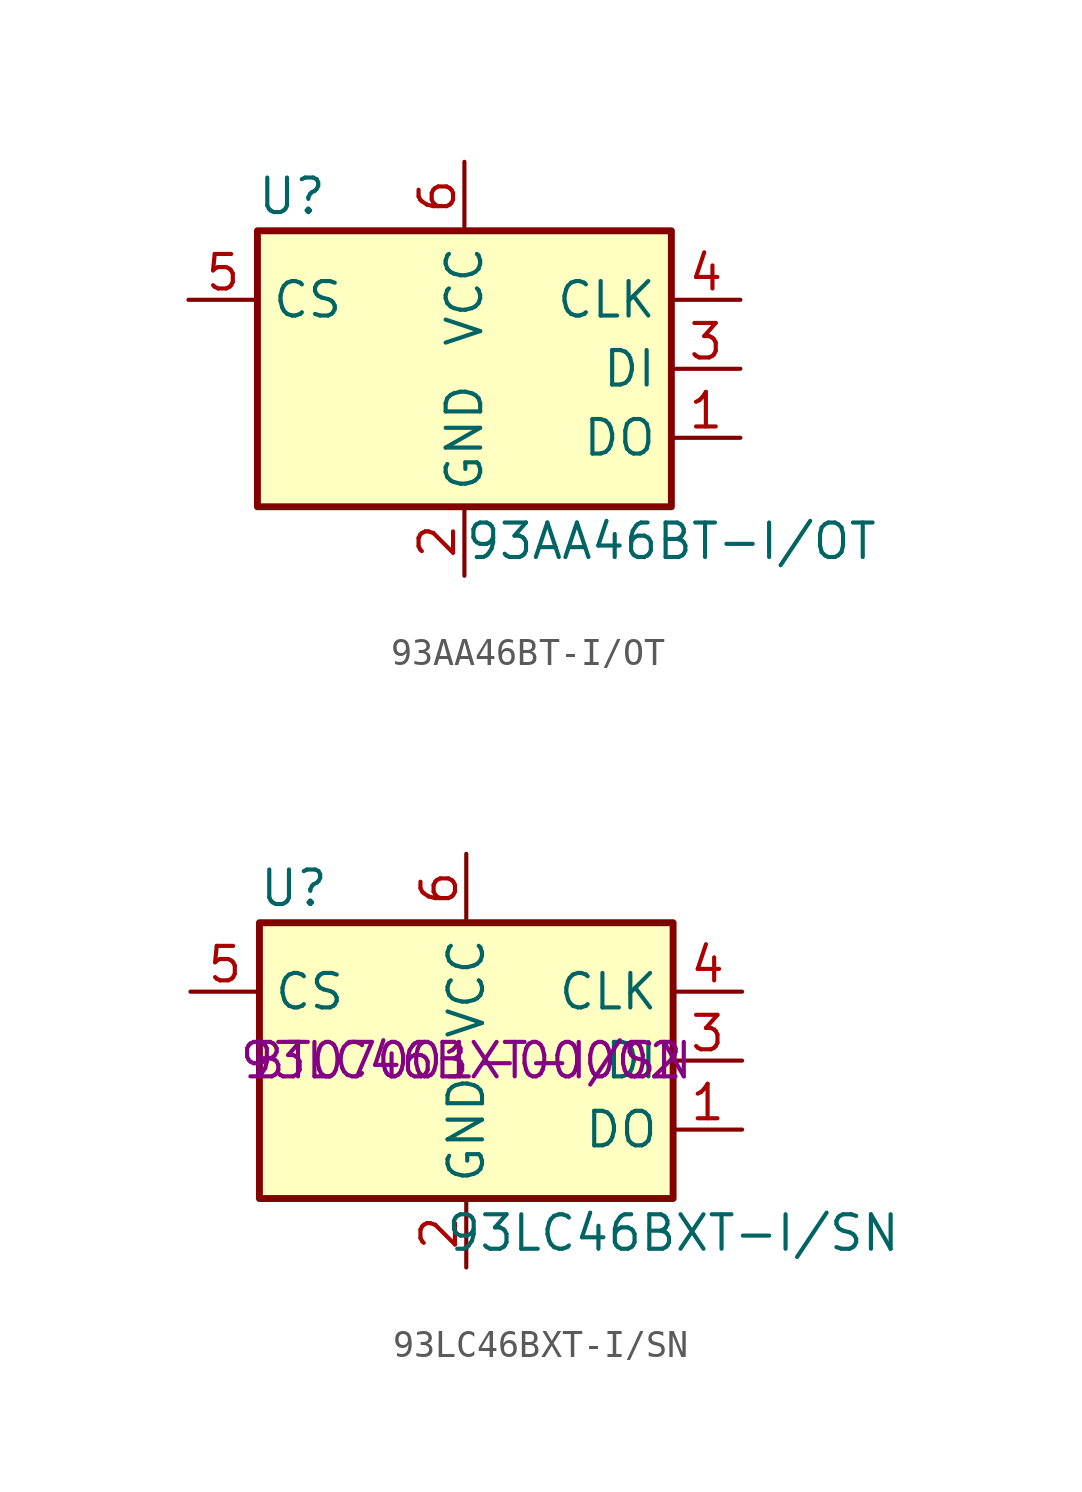
<source format=kicad_sym>
(kicad_symbol_lib
  (version 20231120)
  (generator "kicad_symbol_editor")
  (generator_version "8.0")
  (symbol "93AA46BT-I/OT"
    (property "Reference" "U"
      (at -6.35 6.35 0)
      (effects (font (size 1.27 1.27))))
    (property "Value" "93AA46BT-I/OT"
      (at 7.62 -6.35 0)
      (effects (font (size 1.27 1.27))))
    (symbol "93AA46BT-I/OT_0_1"
      (rectangle (start -7.62 5.08) (end 7.62 -5.08) (stroke (width 0.254) (type default)) (fill (type background))))
    (symbol "93AA46BT-I/OT_1_1"
      (pin tri_state line (at 10.16 -2.54 180) (length 2.54) (name "DO" (effects (font (size 1.27 1.27)))) (number "1" (effects (font (size 1.27 1.27)))))
      (pin power_in line (at 0 -7.62 90) (length 2.54) (name "GND" (effects (font (size 1.27 1.27)))) (number "2" (effects (font (size 1.27 1.27)))))
      (pin input line (at 10.16 0 180) (length 2.54) (name "DI" (effects (font (size 1.27 1.27)))) (number "3" (effects (font (size 1.27 1.27)))))
      (pin input line (at 10.16 2.54 180) (length 2.54) (name "CLK" (effects (font (size 1.27 1.27)))) (number "4" (effects (font (size 1.27 1.27)))))
      (pin input line (at -10.16 2.54 0) (length 2.54) (name "CS" (effects (font (size 1.27 1.27)))) (number "5" (effects (font (size 1.27 1.27)))))
      (pin power_in line (at 0 7.62 270) (length 2.54) (name "VCC" (effects (font (size 1.27 1.27)))) (number "6" (effects (font (size 1.27 1.27)))))))
  (symbol "93LC46BXT-I/SN"
    (property "Reference" "U"
      (at -6.35 6.35 0)
      (effects (font (size 1.27 1.27))))
    (property "Value" "93LC46BXT-I/SN"
      (at 7.62 -6.35 0)
      (effects (font (size 1.27 1.27))))
    (property "CPN" "BT07001-00002"
      (at 0 0 0)
      (effects (font (size 1.27 1.27))))
    (property "MPN" "93LC46BXT-I/SN"
      (at 0 0 0)
      (effects (font (size 1.27 1.27))))
    (symbol "93LC46BXT-I/SN_0_1"
      (rectangle (start -7.62 5.08) (end 7.62 -5.08) (stroke (width 0.254) (type default)) (fill (type background))))
    (symbol "93LC46BXT-I/SN_1_1"
      (pin tri_state line (at 10.16 -2.54 180) (length 2.54) (name "DO" (effects (font (size 1.27 1.27)))) (number "1" (effects (font (size 1.27 1.27)))))
      (pin power_in line (at 0 -7.62 90) (length 2.54) (name "GND" (effects (font (size 1.27 1.27)))) (number "2" (effects (font (size 1.27 1.27)))))
      (pin input line (at 10.16 0 180) (length 2.54) (name "DI" (effects (font (size 1.27 1.27)))) (number "3" (effects (font (size 1.27 1.27)))))
      (pin input line (at 10.16 2.54 180) (length 2.54) (name "CLK" (effects (font (size 1.27 1.27)))) (number "4" (effects (font (size 1.27 1.27)))))
      (pin input line (at -10.16 2.54 0) (length 2.54) (name "CS" (effects (font (size 1.27 1.27)))) (number "5" (effects (font (size 1.27 1.27)))))
      (pin power_in line (at 0 7.62 270) (length 2.54) (name "VCC" (effects (font (size 1.27 1.27)))) (number "6" (effects (font (size 1.27 1.27))))))))
</source>
